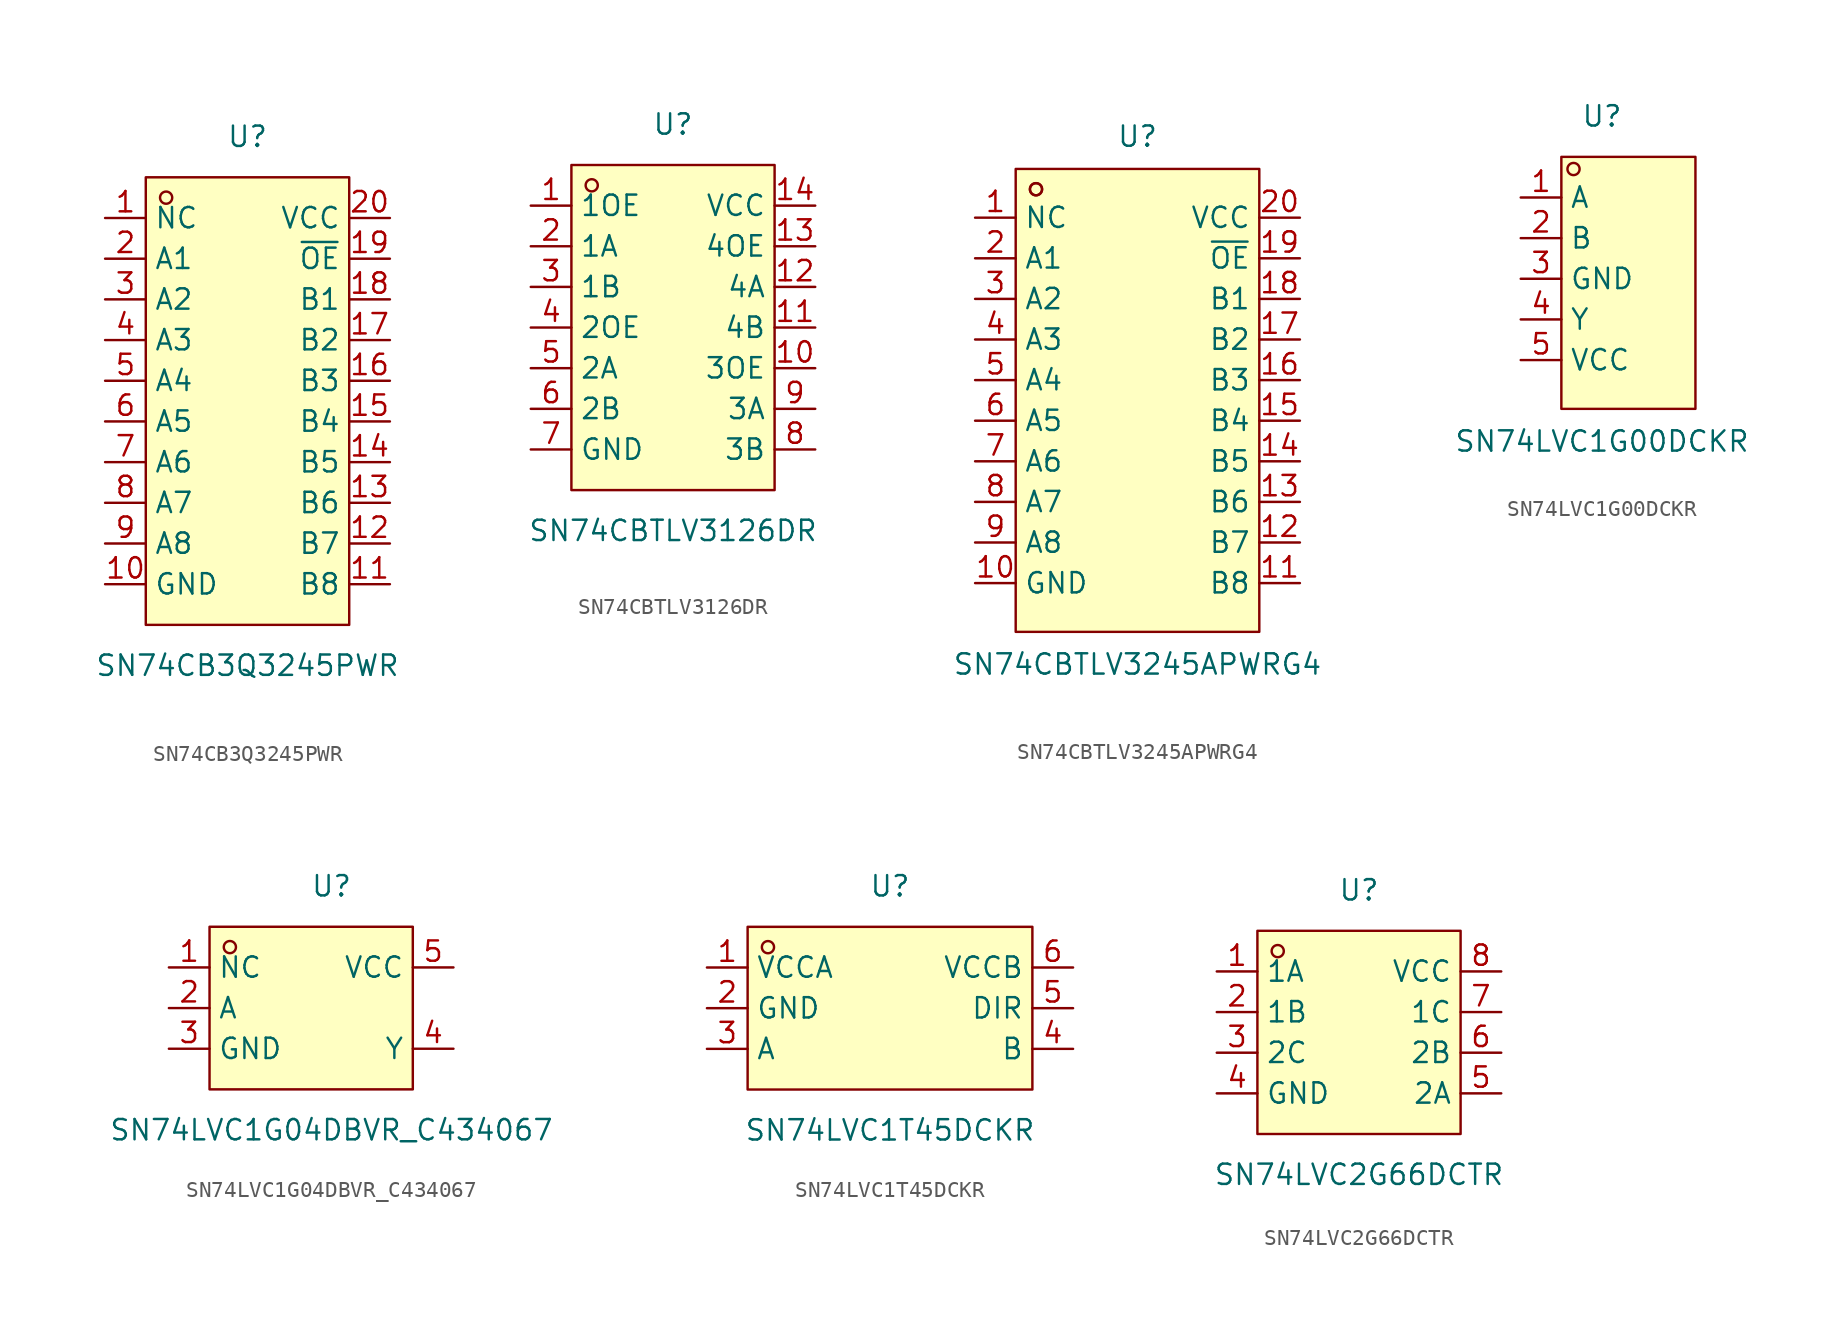
<source format=kicad_sym>
(kicad_symbol_lib
  (version 20231120)
  (generator "kicad_symbol_editor")
  (generator_version "8.0")
  (symbol "SN74CB3Q3245PWR"
    (property "Reference" "U"
      (at 0 16.51 0)
      (effects (font (size 1.27 1.27))))
    (property "Value" "SN74CB3Q3245PWR"
      (at 0 -16.51 0)
      (effects (font (size 1.27 1.27))))
    (symbol "SN74CB3Q3245PWR_0_1"
      (rectangle (start -6.35 13.97) (end 6.35 -13.97) (stroke (width 0) (type default)) (fill (type background)))
      (circle (center -5.08 12.7) (radius 0.38) (stroke (width 0) (type default)) (fill (type none)))
      (pin unspecified line (at -8.89 11.43 0) (length 2.54) (name "NC" (effects (font (size 1.27 1.27)))) (number "1" (effects (font (size 1.27 1.27)))))
      (pin unspecified line (at -8.89 -11.43 0) (length 2.54) (name "GND" (effects (font (size 1.27 1.27)))) (number "10" (effects (font (size 1.27 1.27)))))
      (pin unspecified line (at 8.89 -11.43 180) (length 2.54) (name "B8" (effects (font (size 1.27 1.27)))) (number "11" (effects (font (size 1.27 1.27)))))
      (pin unspecified line (at 8.89 -8.89 180) (length 2.54) (name "B7" (effects (font (size 1.27 1.27)))) (number "12" (effects (font (size 1.27 1.27)))))
      (pin unspecified line (at 8.89 -6.35 180) (length 2.54) (name "B6" (effects (font (size 1.27 1.27)))) (number "13" (effects (font (size 1.27 1.27)))))
      (pin unspecified line (at 8.89 -3.81 180) (length 2.54) (name "B5" (effects (font (size 1.27 1.27)))) (number "14" (effects (font (size 1.27 1.27)))))
      (pin unspecified line (at 8.89 -1.27 180) (length 2.54) (name "B4" (effects (font (size 1.27 1.27)))) (number "15" (effects (font (size 1.27 1.27)))))
      (pin unspecified line (at 8.89 1.27 180) (length 2.54) (name "B3" (effects (font (size 1.27 1.27)))) (number "16" (effects (font (size 1.27 1.27)))))
      (pin unspecified line (at 8.89 3.81 180) (length 2.54) (name "B2" (effects (font (size 1.27 1.27)))) (number "17" (effects (font (size 1.27 1.27)))))
      (pin unspecified line (at 8.89 6.35 180) (length 2.54) (name "B1" (effects (font (size 1.27 1.27)))) (number "18" (effects (font (size 1.27 1.27)))))
      (pin unspecified line (at 8.89 8.89 180) (length 2.54) (name "~{OE}" (effects (font (size 1.27 1.27)))) (number "19" (effects (font (size 1.27 1.27)))))
      (pin unspecified line (at -8.89 8.89 0) (length 2.54) (name "A1" (effects (font (size 1.27 1.27)))) (number "2" (effects (font (size 1.27 1.27)))))
      (pin unspecified line (at 8.89 11.43 180) (length 2.54) (name "VCC" (effects (font (size 1.27 1.27)))) (number "20" (effects (font (size 1.27 1.27)))))
      (pin unspecified line (at -8.89 6.35 0) (length 2.54) (name "A2" (effects (font (size 1.27 1.27)))) (number "3" (effects (font (size 1.27 1.27)))))
      (pin unspecified line (at -8.89 3.81 0) (length 2.54) (name "A3" (effects (font (size 1.27 1.27)))) (number "4" (effects (font (size 1.27 1.27)))))
      (pin unspecified line (at -8.89 1.27 0) (length 2.54) (name "A4" (effects (font (size 1.27 1.27)))) (number "5" (effects (font (size 1.27 1.27)))))
      (pin unspecified line (at -8.89 -1.27 0) (length 2.54) (name "A5" (effects (font (size 1.27 1.27)))) (number "6" (effects (font (size 1.27 1.27)))))
      (pin unspecified line (at -8.89 -3.81 0) (length 2.54) (name "A6" (effects (font (size 1.27 1.27)))) (number "7" (effects (font (size 1.27 1.27)))))
      (pin unspecified line (at -8.89 -6.35 0) (length 2.54) (name "A7" (effects (font (size 1.27 1.27)))) (number "8" (effects (font (size 1.27 1.27)))))
      (pin unspecified line (at -8.89 -8.89 0) (length 2.54) (name "A8" (effects (font (size 1.27 1.27)))) (number "9" (effects (font (size 1.27 1.27)))))))
  (symbol "SN74CBTLV3126DR"
    (property "Reference" "U"
      (at 0 12.7 0)
      (effects (font (size 1.27 1.27))))
    (property "Value" "SN74CBTLV3126DR"
      (at 0 -12.7 0)
      (effects (font (size 1.27 1.27))))
    (symbol "SN74CBTLV3126DR_0_1"
      (rectangle (start -6.35 10.16) (end 6.35 -10.16) (stroke (width 0) (type default)) (fill (type background)))
      (circle (center -5.08 8.89) (radius 0.38) (stroke (width 0) (type default)) (fill (type none)))
      (pin unspecified line (at -8.89 7.62 0) (length 2.54) (name "1OE" (effects (font (size 1.27 1.27)))) (number "1" (effects (font (size 1.27 1.27)))))
      (pin unspecified line (at 8.89 -2.54 180) (length 2.54) (name "3OE" (effects (font (size 1.27 1.27)))) (number "10" (effects (font (size 1.27 1.27)))))
      (pin unspecified line (at 8.89 0 180) (length 2.54) (name "4B" (effects (font (size 1.27 1.27)))) (number "11" (effects (font (size 1.27 1.27)))))
      (pin unspecified line (at 8.89 2.54 180) (length 2.54) (name "4A" (effects (font (size 1.27 1.27)))) (number "12" (effects (font (size 1.27 1.27)))))
      (pin unspecified line (at 8.89 5.08 180) (length 2.54) (name "4OE" (effects (font (size 1.27 1.27)))) (number "13" (effects (font (size 1.27 1.27)))))
      (pin unspecified line (at 8.89 7.62 180) (length 2.54) (name "VCC" (effects (font (size 1.27 1.27)))) (number "14" (effects (font (size 1.27 1.27)))))
      (pin unspecified line (at -8.89 5.08 0) (length 2.54) (name "1A" (effects (font (size 1.27 1.27)))) (number "2" (effects (font (size 1.27 1.27)))))
      (pin unspecified line (at -8.89 2.54 0) (length 2.54) (name "1B" (effects (font (size 1.27 1.27)))) (number "3" (effects (font (size 1.27 1.27)))))
      (pin unspecified line (at -8.89 0 0) (length 2.54) (name "2OE" (effects (font (size 1.27 1.27)))) (number "4" (effects (font (size 1.27 1.27)))))
      (pin unspecified line (at -8.89 -2.54 0) (length 2.54) (name "2A" (effects (font (size 1.27 1.27)))) (number "5" (effects (font (size 1.27 1.27)))))
      (pin unspecified line (at -8.89 -5.08 0) (length 2.54) (name "2B" (effects (font (size 1.27 1.27)))) (number "6" (effects (font (size 1.27 1.27)))))
      (pin unspecified line (at -8.89 -7.62 0) (length 2.54) (name "GND" (effects (font (size 1.27 1.27)))) (number "7" (effects (font (size 1.27 1.27)))))
      (pin unspecified line (at 8.89 -7.62 180) (length 2.54) (name "3B" (effects (font (size 1.27 1.27)))) (number "8" (effects (font (size 1.27 1.27)))))
      (pin unspecified line (at 8.89 -5.08 180) (length 2.54) (name "3A" (effects (font (size 1.27 1.27)))) (number "9" (effects (font (size 1.27 1.27)))))))
  (symbol "SN74CBTLV3245APWRG4"
    (property "Reference" "U"
      (at 0 16.51 0)
      (effects (font (size 1.27 1.27))))
    (property "Value" "SN74CBTLV3245APWRG4"
      (at 0 -16.51 0)
      (effects (font (size 1.27 1.27))))
    (symbol "SN74CBTLV3245APWRG4_0_1"
      (rectangle (start -7.62 14.48) (end 7.62 -14.48) (stroke (width 0) (type default)) (fill (type background)))
      (circle (center -6.35 13.21) (radius 0.38) (stroke (width 0) (type default)) (fill (type none)))
      (circle (center -6.35 13.21) (radius 0.38) (stroke (width 0) (type default)) (fill (type none)))
      (pin unspecified line (at -10.16 11.43 0) (length 2.54) (name "NC" (effects (font (size 1.27 1.27)))) (number "1" (effects (font (size 1.27 1.27)))))
      (pin unspecified line (at -10.16 -11.43 0) (length 2.54) (name "GND" (effects (font (size 1.27 1.27)))) (number "10" (effects (font (size 1.27 1.27)))))
      (pin unspecified line (at 10.16 -11.43 180) (length 2.54) (name "B8" (effects (font (size 1.27 1.27)))) (number "11" (effects (font (size 1.27 1.27)))))
      (pin unspecified line (at 10.16 -8.89 180) (length 2.54) (name "B7" (effects (font (size 1.27 1.27)))) (number "12" (effects (font (size 1.27 1.27)))))
      (pin unspecified line (at 10.16 -6.35 180) (length 2.54) (name "B6" (effects (font (size 1.27 1.27)))) (number "13" (effects (font (size 1.27 1.27)))))
      (pin unspecified line (at 10.16 -3.81 180) (length 2.54) (name "B5" (effects (font (size 1.27 1.27)))) (number "14" (effects (font (size 1.27 1.27)))))
      (pin unspecified line (at 10.16 -1.27 180) (length 2.54) (name "B4" (effects (font (size 1.27 1.27)))) (number "15" (effects (font (size 1.27 1.27)))))
      (pin unspecified line (at 10.16 1.27 180) (length 2.54) (name "B3" (effects (font (size 1.27 1.27)))) (number "16" (effects (font (size 1.27 1.27)))))
      (pin unspecified line (at 10.16 3.81 180) (length 2.54) (name "B2" (effects (font (size 1.27 1.27)))) (number "17" (effects (font (size 1.27 1.27)))))
      (pin unspecified line (at 10.16 6.35 180) (length 2.54) (name "B1" (effects (font (size 1.27 1.27)))) (number "18" (effects (font (size 1.27 1.27)))))
      (pin unspecified line (at 10.16 8.89 180) (length 2.54) (name "~{OE}" (effects (font (size 1.27 1.27)))) (number "19" (effects (font (size 1.27 1.27)))))
      (pin unspecified line (at -10.16 8.89 0) (length 2.54) (name "A1" (effects (font (size 1.27 1.27)))) (number "2" (effects (font (size 1.27 1.27)))))
      (pin unspecified line (at 10.16 11.43 180) (length 2.54) (name "VCC" (effects (font (size 1.27 1.27)))) (number "20" (effects (font (size 1.27 1.27)))))
      (pin unspecified line (at -10.16 6.35 0) (length 2.54) (name "A2" (effects (font (size 1.27 1.27)))) (number "3" (effects (font (size 1.27 1.27)))))
      (pin unspecified line (at -10.16 3.81 0) (length 2.54) (name "A3" (effects (font (size 1.27 1.27)))) (number "4" (effects (font (size 1.27 1.27)))))
      (pin unspecified line (at -10.16 1.27 0) (length 2.54) (name "A4" (effects (font (size 1.27 1.27)))) (number "5" (effects (font (size 1.27 1.27)))))
      (pin unspecified line (at -10.16 -1.27 0) (length 2.54) (name "A5" (effects (font (size 1.27 1.27)))) (number "6" (effects (font (size 1.27 1.27)))))
      (pin unspecified line (at -10.16 -3.81 0) (length 2.54) (name "A6" (effects (font (size 1.27 1.27)))) (number "7" (effects (font (size 1.27 1.27)))))
      (pin unspecified line (at -10.16 -6.35 0) (length 2.54) (name "A7" (effects (font (size 1.27 1.27)))) (number "8" (effects (font (size 1.27 1.27)))))
      (pin unspecified line (at -10.16 -8.89 0) (length 2.54) (name "A8" (effects (font (size 1.27 1.27)))) (number "9" (effects (font (size 1.27 1.27)))))))
  (symbol "SN74LVC1G00DCKR"
    (property "Reference" "U"
      (at 0 10.16 0)
      (effects (font (size 1.27 1.27))))
    (property "Value" "SN74LVC1G00DCKR"
      (at 0 -10.16 0)
      (effects (font (size 1.27 1.27))))
    (symbol "SN74LVC1G00DCKR_0_1"
      (rectangle (start -2.54 7.62) (end 5.84 -8.13) (stroke (width 0) (type default)) (fill (type background)))
      (circle (center -1.78 6.86) (radius 0.38) (stroke (width 0) (type default)) (fill (type none)))
      (pin unspecified line (at -5.08 5.08 0) (length 2.54) (name "A" (effects (font (size 1.27 1.27)))) (number "1" (effects (font (size 1.27 1.27)))))
      (pin unspecified line (at -5.08 2.54 0) (length 2.54) (name "B" (effects (font (size 1.27 1.27)))) (number "2" (effects (font (size 1.27 1.27)))))
      (pin unspecified line (at -5.08 0 0) (length 2.54) (name "GND" (effects (font (size 1.27 1.27)))) (number "3" (effects (font (size 1.27 1.27)))))
      (pin unspecified line (at -5.08 -2.54 0) (length 2.54) (name "Y" (effects (font (size 1.27 1.27)))) (number "4" (effects (font (size 1.27 1.27)))))
      (pin unspecified line (at -5.08 -5.08 0) (length 2.54) (name "VCC" (effects (font (size 1.27 1.27)))) (number "5" (effects (font (size 1.27 1.27)))))))
  (symbol "SN74LVC1G04DBVR_C434067"
    (property "Reference" "U"
      (at 0 7.62 0)
      (effects (font (size 1.27 1.27))))
    (property "Value" "SN74LVC1G04DBVR_C434067"
      (at 0 -7.62 0)
      (effects (font (size 1.27 1.27))))
    (symbol "SN74LVC1G04DBVR_C434067_0_1"
      (rectangle (start -7.62 5.08) (end 5.08 -5.08) (stroke (width 0) (type default)) (fill (type background)))
      (circle (center -6.35 3.81) (radius 0.38) (stroke (width 0) (type default)) (fill (type none)))
      (pin unspecified line (at -10.16 2.54 0) (length 2.54) (name "NC" (effects (font (size 1.27 1.27)))) (number "1" (effects (font (size 1.27 1.27)))))
      (pin unspecified line (at -10.16 0 0) (length 2.54) (name "A" (effects (font (size 1.27 1.27)))) (number "2" (effects (font (size 1.27 1.27)))))
      (pin unspecified line (at -10.16 -2.54 0) (length 2.54) (name "GND" (effects (font (size 1.27 1.27)))) (number "3" (effects (font (size 1.27 1.27)))))
      (pin unspecified line (at 7.62 -2.54 180) (length 2.54) (name "Y" (effects (font (size 1.27 1.27)))) (number "4" (effects (font (size 1.27 1.27)))))
      (pin unspecified line (at 7.62 2.54 180) (length 2.54) (name "VCC" (effects (font (size 1.27 1.27)))) (number "5" (effects (font (size 1.27 1.27)))))))
  (symbol "SN74LVC1T45DCKR"
    (property "Reference" "U"
      (at 0 7.62 0)
      (effects (font (size 1.27 1.27))))
    (property "Value" "SN74LVC1T45DCKR"
      (at 0 -7.62 0)
      (effects (font (size 1.27 1.27))))
    (symbol "SN74LVC1T45DCKR_0_1"
      (rectangle (start -8.89 5.08) (end 8.89 -5.08) (stroke (width 0) (type default)) (fill (type background)))
      (circle (center -7.62 3.81) (radius 0.38) (stroke (width 0) (type default)) (fill (type none)))
      (pin unspecified line (at -11.43 2.54 0) (length 2.54) (name "VCCA" (effects (font (size 1.27 1.27)))) (number "1" (effects (font (size 1.27 1.27)))))
      (pin unspecified line (at -11.43 0 0) (length 2.54) (name "GND" (effects (font (size 1.27 1.27)))) (number "2" (effects (font (size 1.27 1.27)))))
      (pin unspecified line (at -11.43 -2.54 0) (length 2.54) (name "A" (effects (font (size 1.27 1.27)))) (number "3" (effects (font (size 1.27 1.27)))))
      (pin unspecified line (at 11.43 -2.54 180) (length 2.54) (name "B" (effects (font (size 1.27 1.27)))) (number "4" (effects (font (size 1.27 1.27)))))
      (pin unspecified line (at 11.43 0 180) (length 2.54) (name "DIR" (effects (font (size 1.27 1.27)))) (number "5" (effects (font (size 1.27 1.27)))))
      (pin unspecified line (at 11.43 2.54 180) (length 2.54) (name "VCCB" (effects (font (size 1.27 1.27)))) (number "6" (effects (font (size 1.27 1.27)))))))
  (symbol "SN74LVC2G66DCTR"
    (property "Reference" "U"
      (at 0 8.89 0)
      (effects (font (size 1.27 1.27))))
    (property "Value" "SN74LVC2G66DCTR"
      (at 0 -8.89 0)
      (effects (font (size 1.27 1.27))))
    (symbol "SN74LVC2G66DCTR_0_1"
      (rectangle (start -6.35 6.35) (end 6.35 -6.35) (stroke (width 0) (type default)) (fill (type background)))
      (circle (center -5.08 5.08) (radius 0.38) (stroke (width 0) (type default)) (fill (type none)))
      (pin unspecified line (at -8.89 3.81 0) (length 2.54) (name "1A" (effects (font (size 1.27 1.27)))) (number "1" (effects (font (size 1.27 1.27)))))
      (pin unspecified line (at -8.89 1.27 0) (length 2.54) (name "1B" (effects (font (size 1.27 1.27)))) (number "2" (effects (font (size 1.27 1.27)))))
      (pin unspecified line (at -8.89 -1.27 0) (length 2.54) (name "2C" (effects (font (size 1.27 1.27)))) (number "3" (effects (font (size 1.27 1.27)))))
      (pin unspecified line (at -8.89 -3.81 0) (length 2.54) (name "GND" (effects (font (size 1.27 1.27)))) (number "4" (effects (font (size 1.27 1.27)))))
      (pin unspecified line (at 8.89 -3.81 180) (length 2.54) (name "2A" (effects (font (size 1.27 1.27)))) (number "5" (effects (font (size 1.27 1.27)))))
      (pin unspecified line (at 8.89 -1.27 180) (length 2.54) (name "2B" (effects (font (size 1.27 1.27)))) (number "6" (effects (font (size 1.27 1.27)))))
      (pin unspecified line (at 8.89 1.27 180) (length 2.54) (name "1C" (effects (font (size 1.27 1.27)))) (number "7" (effects (font (size 1.27 1.27)))))
      (pin unspecified line (at 8.89 3.81 180) (length 2.54) (name "VCC" (effects (font (size 1.27 1.27)))) (number "8" (effects (font (size 1.27 1.27))))))))
</source>
